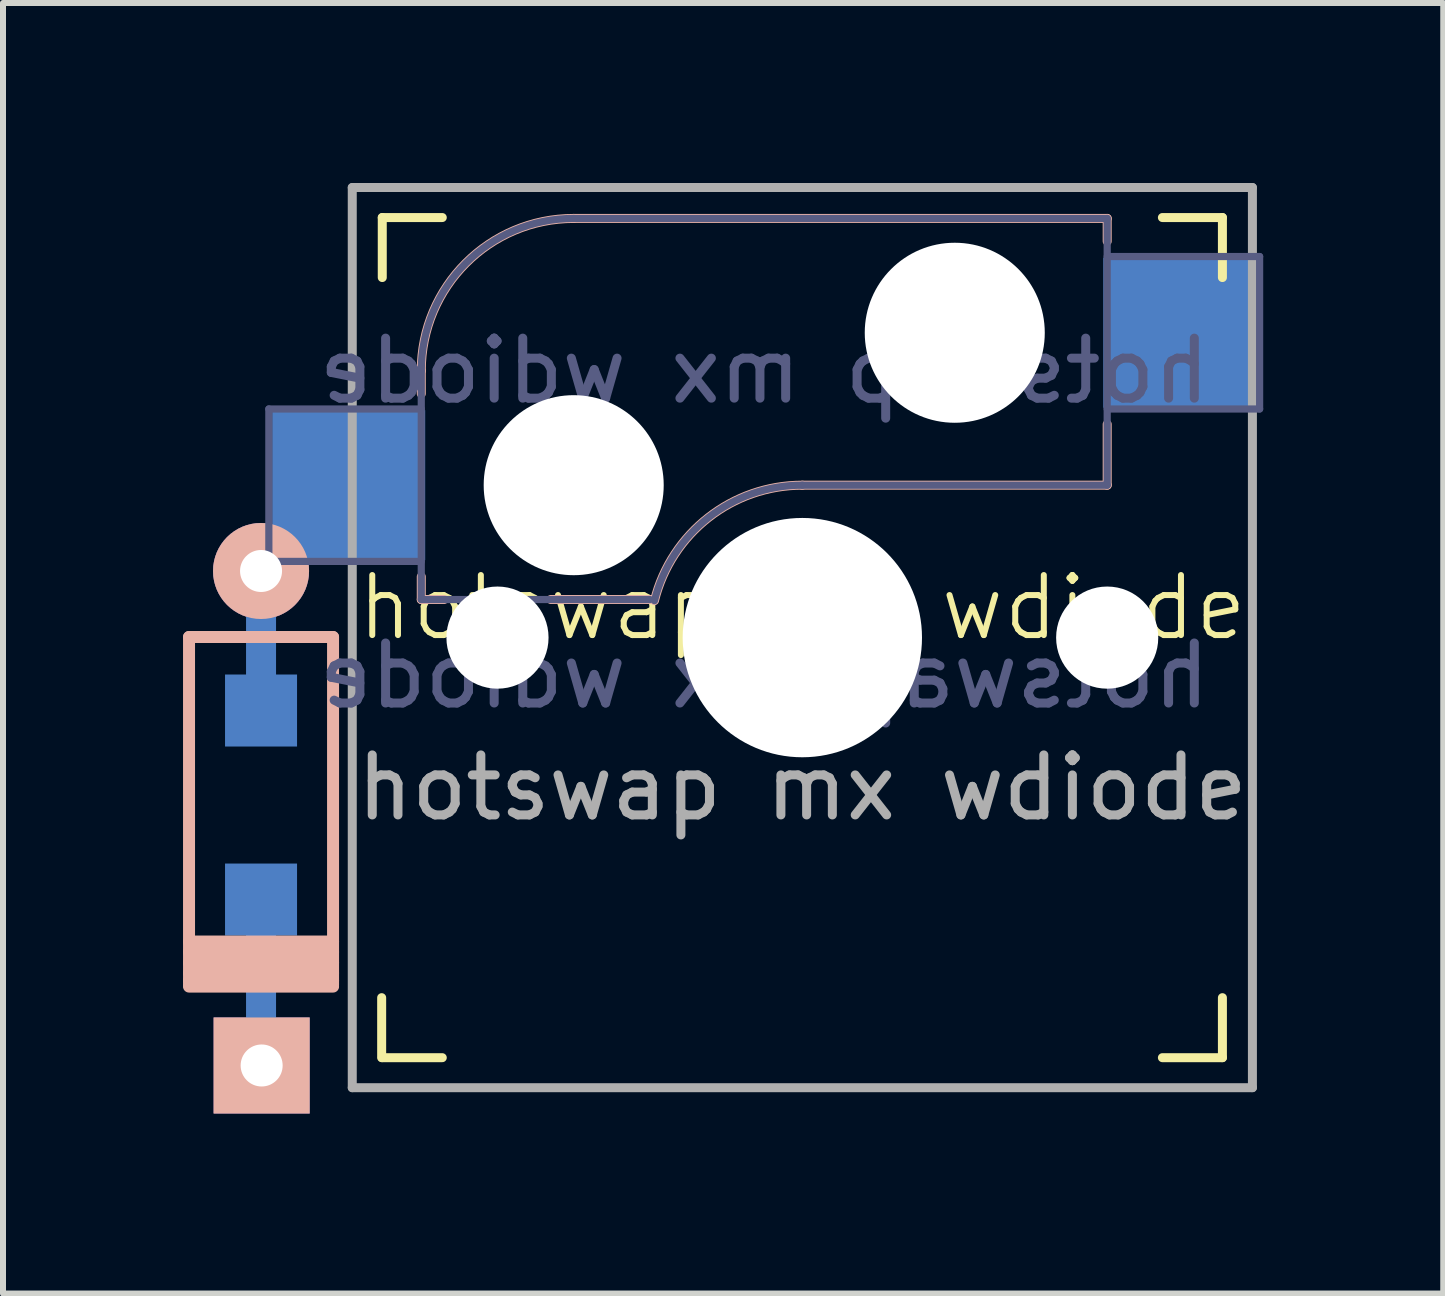
<source format=kicad_pcb>
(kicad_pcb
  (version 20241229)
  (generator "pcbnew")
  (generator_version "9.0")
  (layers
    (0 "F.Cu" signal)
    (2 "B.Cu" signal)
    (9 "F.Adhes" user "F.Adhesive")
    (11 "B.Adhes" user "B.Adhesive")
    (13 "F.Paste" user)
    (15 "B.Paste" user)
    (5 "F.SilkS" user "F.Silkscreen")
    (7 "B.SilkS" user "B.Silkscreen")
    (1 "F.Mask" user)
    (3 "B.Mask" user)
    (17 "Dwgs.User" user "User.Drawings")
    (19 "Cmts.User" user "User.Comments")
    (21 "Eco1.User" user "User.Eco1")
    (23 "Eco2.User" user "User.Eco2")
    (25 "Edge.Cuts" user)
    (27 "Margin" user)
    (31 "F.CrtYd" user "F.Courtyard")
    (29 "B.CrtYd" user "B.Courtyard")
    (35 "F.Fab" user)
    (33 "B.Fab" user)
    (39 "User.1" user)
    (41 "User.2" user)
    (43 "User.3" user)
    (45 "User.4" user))
  (footprint "hotswap mx wdiode"
    (layer "F.Cu")
    (at 10.32 7.575)
    (property "Reference" "hotswap mx wdiode" (at 0 -0.5 0) (unlocked yes) (layer "F.SilkS") (effects (font (size 1 1) (thickness 0.1))))
    (property "Value" "hotswap mx wdiode" (at 0 1 0) (unlocked yes) (layer "F.Fab") (hide yes) (effects (font (size 1 1) (thickness 0.15))))
    (attr smd)
    (fp_line (start -7.01 7) (end -7.01 6) (stroke (width 0.15) (type solid)) (layer "F.SilkS"))
    (fp_line (start -7 -6) (end -7 -7) (stroke (width 0.15) (type solid)) (layer "F.SilkS"))
    (fp_line (start -7 7) (end -6 7) (stroke (width 0.15) (type solid)) (layer "F.SilkS"))
    (fp_line (start -6 -7) (end -7 -7) (stroke (width 0.15) (type solid)) (layer "F.SilkS"))
    (fp_line (start 6 7) (end 7 7) (stroke (width 0.15) (type solid)) (layer "F.SilkS"))
    (fp_line (start 7 -7) (end 6 -7) (stroke (width 0.15) (type solid)) (layer "F.SilkS"))
    (fp_line (start 7 -7) (end 7 -6) (stroke (width 0.15) (type solid)) (layer "F.SilkS"))
    (fp_line (start 7 6) (end 7 7) (stroke (width 0.15) (type solid)) (layer "F.SilkS"))
    (fp_line (start -10.22 -0.01) (end -10.22 5.79) (stroke (width 0.2) (type solid)) (layer "B.SilkS"))
    (fp_line (start -10.22 5.815) (end -7.82 5.815) (stroke (width 0.2) (type solid)) (layer "B.SilkS"))
    (fp_line (start -7.82 -0.01) (end -10.22 -0.01) (stroke (width 0.2) (type solid)) (layer "B.SilkS"))
    (fp_line (start -7.82 5.065) (end -10.22 5.065) (stroke (width 0.2) (type solid)) (layer "B.SilkS"))
    (fp_line (start -7.82 5.24) (end -10.22 5.24) (stroke (width 0.2) (type solid)) (layer "B.SilkS"))
    (fp_line (start -7.82 5.415) (end -10.22 5.415) (stroke (width 0.2) (type solid)) (layer "B.SilkS"))
    (fp_line (start -7.82 5.59) (end -10.22 5.59) (stroke (width 0.2) (type solid)) (layer "B.SilkS"))
    (fp_line (start -7.82 5.715) (end -10.22 5.715) (stroke (width 0.2) (type solid)) (layer "B.SilkS"))
    (fp_line (start -7.82 5.79) (end -7.82 -0.01) (stroke (width 0.2) (type solid)) (layer "B.SilkS"))
    (fp_line (start -6.35 -4.445) (end -6.35 -4.064) (stroke (width 0.15) (type solid)) (layer "B.SilkS"))
    (fp_line (start -6.35 -1.016) (end -6.35 -0.635) (stroke (width 0.15) (type solid)) (layer "B.SilkS"))
    (fp_line (start -5.969 -0.635) (end -6.35 -0.635) (stroke (width 0.15) (type solid)) (layer "B.SilkS"))
    (fp_line (start -3.81 -6.985) (end 5.08 -6.985) (stroke (width 0.15) (type solid)) (layer "B.SilkS"))
    (fp_line (start -2.464 -0.635) (end -4.191 -0.635) (stroke (width 0.15) (type solid)) (layer "B.SilkS"))
    (fp_line (start 5.08 -6.985) (end 5.08 -6.604) (stroke (width 0.15) (type solid)) (layer "B.SilkS"))
    (fp_line (start 5.08 -3.556) (end 5.08 -2.54) (stroke (width 0.15) (type solid)) (layer "B.SilkS"))
    (fp_line (start 5.08 -2.54) (end 0 -2.54) (stroke (width 0.15) (type solid)) (layer "B.SilkS"))
    (fp_arc (start -6.35 -4.445) (mid -5.606051 -6.241051) (end -3.81 -6.985) (stroke (width 0.15) (type solid)) (layer "B.SilkS"))
    (fp_arc (start -2.464162 -0.61604) (mid -1.563147 -2.002042) (end 0 -2.54) (stroke (width 0.15) (type solid)) (layer "B.SilkS"))
    (fp_line (start -6.9 6.9) (end -6.9 -6.9) (stroke (width 0.15) (type solid)) (layer "Eco2.User"))
    (fp_line (start -6.9 6.9) (end 6.9 6.9) (stroke (width 0.15) (type solid)) (layer "Eco2.User"))
    (fp_line (start 6.9 -6.9) (end -6.9 -6.9) (stroke (width 0.15) (type solid)) (layer "Eco2.User"))
    (fp_line (start 6.9 -6.9) (end 6.9 6.9) (stroke (width 0.15) (type solid)) (layer "Eco2.User"))
    (fp_line (start -8.89 -3.81) (end -6.35 -3.81) (stroke (width 0.12) (type solid)) (layer "B.Fab"))
    (fp_line (start -8.89 -1.27) (end -8.89 -3.81) (stroke (width 0.12) (type solid)) (layer "B.Fab"))
    (fp_line (start -6.35 -1.27) (end -8.89 -1.27) (stroke (width 0.12) (type solid)) (layer "B.Fab"))
    (fp_line (start -6.35 -0.635) (end -6.35 -4.445) (stroke (width 0.12) (type solid)) (layer "B.Fab"))
    (fp_line (start -6.35 -0.635) (end -2.54 -0.635) (stroke (width 0.12) (type solid)) (layer "B.Fab"))
    (fp_line (start -3.81 -6.985) (end 5.08 -6.985) (stroke (width 0.12) (type solid)) (layer "B.Fab"))
    (fp_line (start 5.08 -6.985) (end 5.08 -2.54) (stroke (width 0.12) (type solid)) (layer "B.Fab"))
    (fp_line (start 5.08 -6.35) (end 7.62 -6.35) (stroke (width 0.12) (type solid)) (layer "B.Fab"))
    (fp_line (start 5.08 -2.54) (end 0 -2.54) (stroke (width 0.12) (type solid)) (layer "B.Fab"))
    (fp_line (start 7.62 -6.35) (end 7.62 -3.81) (stroke (width 0.12) (type solid)) (layer "B.Fab"))
    (fp_line (start 7.62 -3.81) (end 5.08 -3.81) (stroke (width 0.12) (type solid)) (layer "B.Fab"))
    (fp_arc (start -6.35 -4.445) (mid -5.606051 -6.241051) (end -3.81 -6.985) (stroke (width 0.12) (type solid)) (layer "B.Fab"))
    (fp_arc (start -2.464162 -0.61604) (mid -1.563147 -2.002042) (end 0 -2.54) (stroke (width 0.12) (type solid)) (layer "B.Fab"))
    (fp_line (start -7.5 -7.5) (end 7.5 -7.5) (stroke (width 0.15) (type solid)) (layer "F.Fab"))
    (fp_line (start -7.5 7.5) (end -7.5 -7.5) (stroke (width 0.15) (type solid)) (layer "F.Fab"))
    (fp_line (start 7.5 -7.5) (end 7.5 7.5) (stroke (width 0.15) (type solid)) (layer "F.Fab"))
    (fp_line (start 7.5 7.5) (end -7.5 7.5) (stroke (width 0.15) (type solid)) (layer "F.Fab"))
    (fp_text user "${VALUE}" (at -0.635 0.635 0) (layer "B.Fab") (effects (font (size 1 1) (thickness 0.15)) (justify mirror)))
    (fp_text user "${REFERENCE}" (at -0.635 -4.445 0) (layer "B.Fab") (effects (font (size 1 1) (thickness 0.15)) (justify mirror)))
    (fp_text user "${REFERENCE}" (at 0 2.5 0) (unlocked yes) (layer "F.Fab") (effects (font (size 1 1) (thickness 0.15))))
    (pad "" np_thru_hole circle (at -5.08 0) (size 1.702 1.702) (drill 1.702) (layers "*.Cu" "*.Mask"))
    (pad "" np_thru_hole circle (at -3.81 -2.54) (size 3 3) (drill 3) (layers "*.Cu" "*.Mask"))
    (pad "" np_thru_hole circle (at 0 0) (size 3.988 3.988) (drill 3.988) (layers "*.Cu" "*.Mask"))
    (pad "" np_thru_hole circle (at 2.54 -5.08) (size 3 3) (drill 3) (layers "*.Cu" "*.Mask"))
    (pad "" np_thru_hole circle (at 5.08 0) (size 1.702 1.702) (drill 1.702) (layers "*.Cu" "*.Mask"))
    (pad "1" smd rect (at -9.02 4.365 90) (size 1.2 1.2) (layers "B.Cu" "B.Mask" "B.Paste"))
    (pad "1" smd rect (at -9.02 5.49 90) (size 2.5 0.5) (layers "B.Cu"))
    (pad "1" thru_hole rect (at -9.01 7.13 90) (size 1.6 1.6) (drill 0.7) (layers "*.Cu" "*.Mask" "B.SilkS"))
    (pad "1" smd rect (at 6.29 -5.08) (size 2.55 2.5) (layers "B.Cu" "B.Mask" "B.Paste"))
    (pad "2" thru_hole circle (at -9.02 -1.11 90) (size 1.6 1.6) (drill 0.7) (layers "*.Cu" "*.Mask" "B.SilkS"))
    (pad "2" smd rect (at -9.02 0.09 90) (size 2.5 0.5) (layers "B.Cu"))
    (pad "2" smd rect (at -9.02 1.215 90) (size 1.2 1.2) (layers "B.Cu" "B.Mask" "B.Paste"))
    (pad "2" smd rect (at -7.56 -2.54) (size 2.55 2.5) (layers "B.Cu" "B.Mask" "B.Paste")))
  (gr_rect
    (start -3 -3)
    (end 21 18.505)
    (stroke (width 0.1) (type default))
    (fill no)
    (layer "Edge.Cuts")))
</source>
